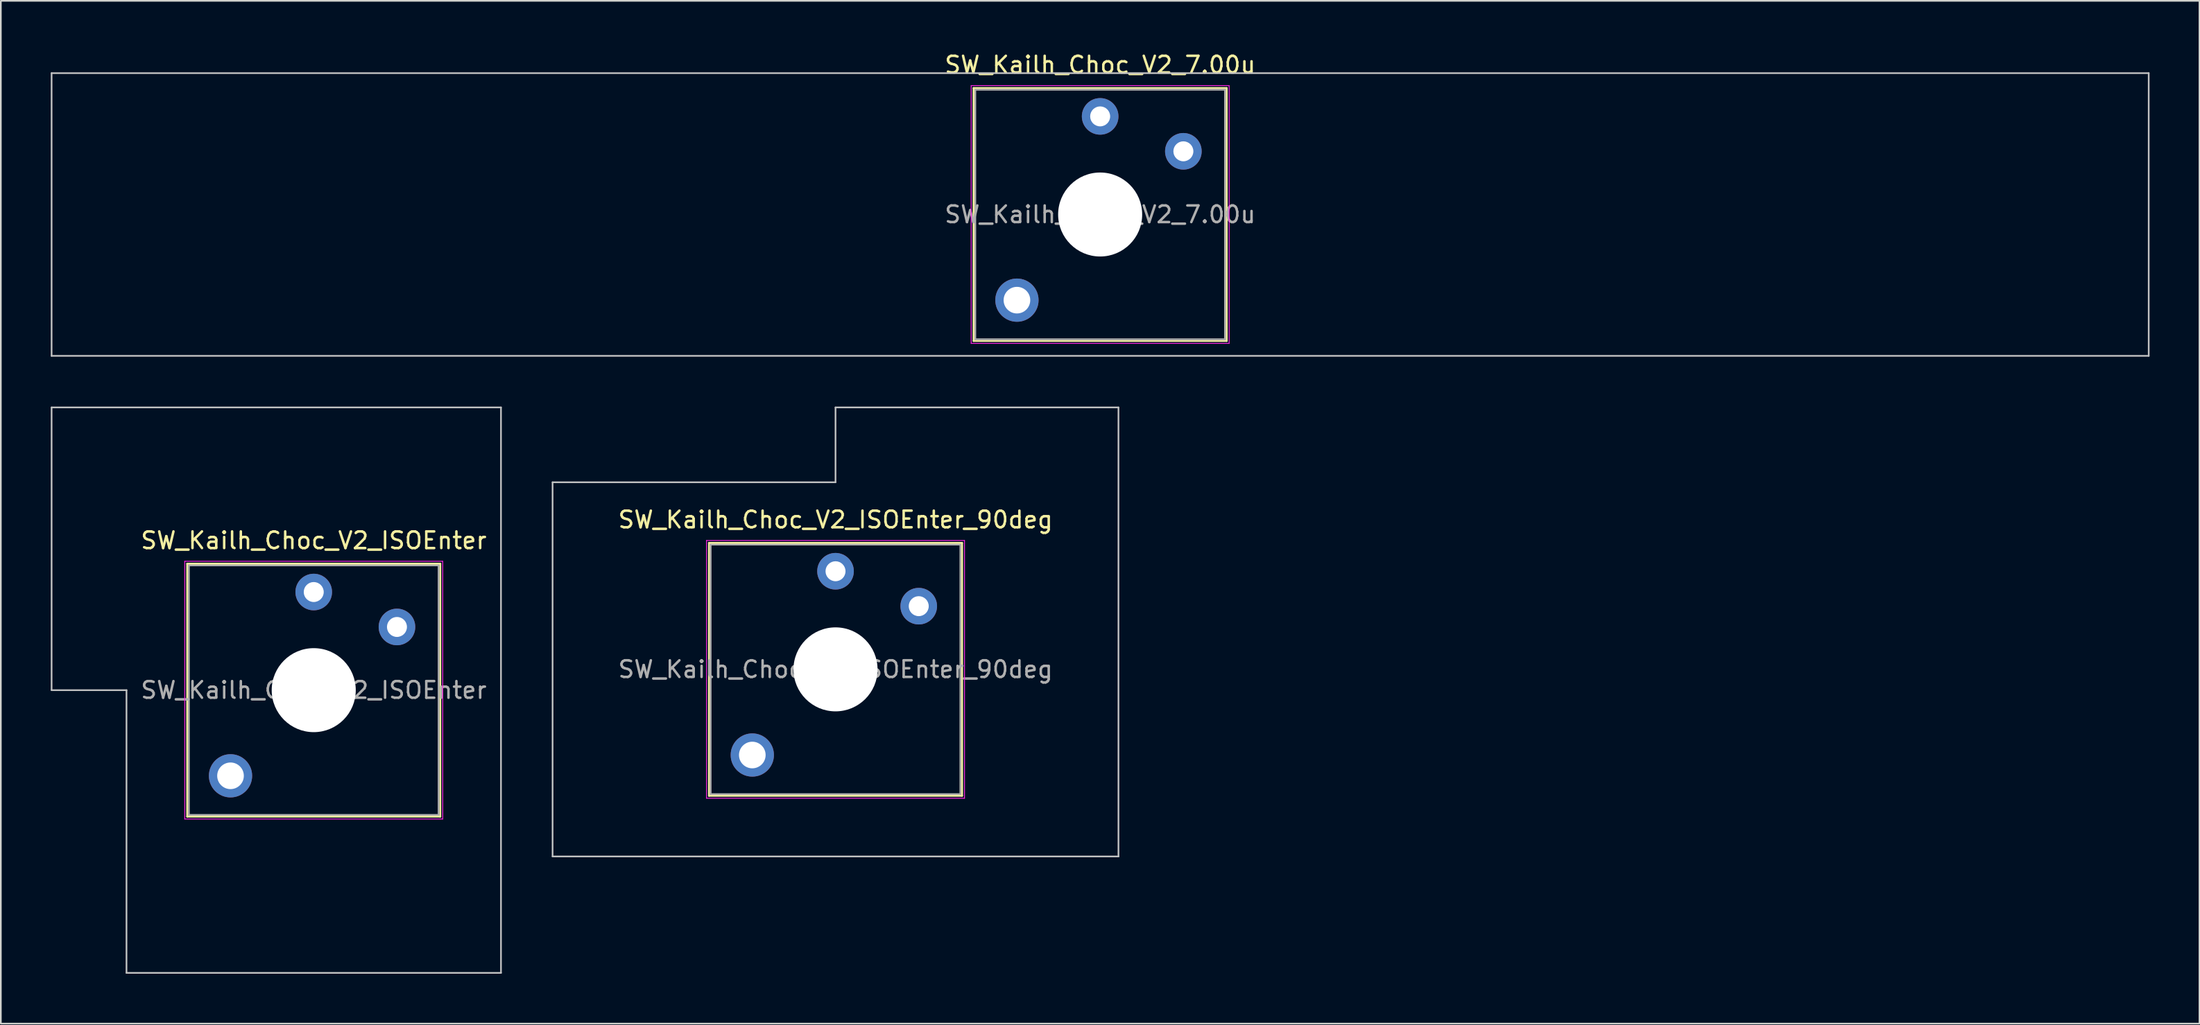
<source format=kicad_pcb>
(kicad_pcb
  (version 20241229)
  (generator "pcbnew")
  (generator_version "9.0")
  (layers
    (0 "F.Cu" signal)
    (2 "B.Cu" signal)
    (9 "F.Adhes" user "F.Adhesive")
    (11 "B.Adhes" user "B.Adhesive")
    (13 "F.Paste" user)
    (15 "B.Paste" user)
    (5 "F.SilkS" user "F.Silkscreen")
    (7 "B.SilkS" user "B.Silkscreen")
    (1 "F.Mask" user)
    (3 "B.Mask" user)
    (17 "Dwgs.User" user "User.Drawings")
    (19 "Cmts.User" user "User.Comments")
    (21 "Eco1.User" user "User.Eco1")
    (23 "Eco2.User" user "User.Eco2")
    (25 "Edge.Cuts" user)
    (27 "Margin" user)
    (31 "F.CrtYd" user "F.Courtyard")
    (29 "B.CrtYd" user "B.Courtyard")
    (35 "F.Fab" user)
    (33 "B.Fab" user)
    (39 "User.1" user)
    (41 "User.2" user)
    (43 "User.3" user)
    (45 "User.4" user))
  (footprint "SW_Kailh_Choc_V2_7.00u"
    (layer "F.Cu")
    (at 63.05 9.848)
    (property "Reference" "SW_Kailh_Choc_V2_7.00u" (at 0 -9 0) (layer "F.SilkS") (effects (font (size 1 1) (thickness 0.15))))
    (attr through_hole)
    (fp_line (start -7.6 -7.6) (end -7.6 7.6) (stroke (width 0.12) (type solid)) (layer "F.SilkS"))
    (fp_line (start -7.6 7.6) (end 7.6 7.6) (stroke (width 0.12) (type solid)) (layer "F.SilkS"))
    (fp_line (start 7.6 -7.6) (end -7.6 -7.6) (stroke (width 0.12) (type solid)) (layer "F.SilkS"))
    (fp_line (start 7.6 7.6) (end 7.6 -7.6) (stroke (width 0.12) (type solid)) (layer "F.SilkS"))
    (fp_line (start -63 -8.5) (end -63 8.5) (stroke (width 0.1) (type solid)) (layer "Dwgs.User"))
    (fp_line (start -63 8.5) (end 63 8.5) (stroke (width 0.1) (type solid)) (layer "Dwgs.User"))
    (fp_line (start 63 -8.5) (end -63 -8.5) (stroke (width 0.1) (type solid)) (layer "Dwgs.User"))
    (fp_line (start 63 8.5) (end 63 -8.5) (stroke (width 0.1) (type solid)) (layer "Dwgs.User"))
    (fp_line (start -7.25 -7.25) (end -7.25 7.25) (stroke (width 0.1) (type solid)) (layer "Eco1.User"))
    (fp_line (start -7.25 7.25) (end 7.25 7.25) (stroke (width 0.1) (type solid)) (layer "Eco1.User"))
    (fp_line (start 7.25 -7.25) (end -7.25 -7.25) (stroke (width 0.1) (type solid)) (layer "Eco1.User"))
    (fp_line (start 7.25 7.25) (end 7.25 -7.25) (stroke (width 0.1) (type solid)) (layer "Eco1.User"))
    (fp_line (start -7.75 -7.75) (end -7.75 7.75) (stroke (width 0.05) (type solid)) (layer "F.CrtYd"))
    (fp_line (start -7.75 7.75) (end 7.75 7.75) (stroke (width 0.05) (type solid)) (layer "F.CrtYd"))
    (fp_line (start 7.75 -7.75) (end -7.75 -7.75) (stroke (width 0.05) (type solid)) (layer "F.CrtYd"))
    (fp_line (start 7.75 7.75) (end 7.75 -7.75) (stroke (width 0.05) (type solid)) (layer "F.CrtYd"))
    (fp_line (start -7.5 -7.5) (end -7.5 7.5) (stroke (width 0.1) (type solid)) (layer "F.Fab"))
    (fp_line (start -7.5 7.5) (end 7.5 7.5) (stroke (width 0.1) (type solid)) (layer "F.Fab"))
    (fp_line (start 7.5 -7.5) (end -7.5 -7.5) (stroke (width 0.1) (type solid)) (layer "F.Fab"))
    (fp_line (start 7.5 7.5) (end 7.5 -7.5) (stroke (width 0.1) (type solid)) (layer "F.Fab"))
    (fp_text user "${REFERENCE}" (at 0 0 0) (layer "F.Fab") (effects (font (size 1 1) (thickness 0.15))))
    (pad "" smd circle (at -5 5.15) (size 1.65 1.65) (layers "F.Mask"))
    (pad "" thru_hole circle (at -5 5.15) (size 2.6 2.6) (drill 1.6) (layers "*.Cu" "B.Mask"))
    (pad "" smd circle (at 0 -5.9) (size 1.25 1.25) (layers "F.Mask"))
    (pad "" np_thru_hole circle (at 0 0) (size 5.05 5.05) (drill 5.05) (layers "*.Cu" "*.Mask"))
    (pad "" smd circle (at 5 -3.8) (size 1.25 1.25) (layers "F.Mask"))
    (pad "1" thru_hole circle (at 0 -5.9) (size 2.2 2.2) (drill 1.2) (layers "*.Cu" "B.Mask"))
    (pad "2" thru_hole circle (at 5 -3.8) (size 2.2 2.2) (drill 1.2) (layers "*.Cu" "B.Mask")))
  (footprint "SW_Kailh_Choc_V2_ISOEnter_90deg"
    (layer "F.Cu")
    (at 47.15 37.198)
    (property "Reference" "SW_Kailh_Choc_V2_ISOEnter_90deg" (at 0 -9 0) (layer "F.SilkS") (effects (font (size 1 1) (thickness 0.15))))
    (attr through_hole)
    (fp_line (start -7.6 -7.6) (end -7.6 7.6) (stroke (width 0.12) (type solid)) (layer "F.SilkS"))
    (fp_line (start -7.6 7.6) (end 7.6 7.6) (stroke (width 0.12) (type solid)) (layer "F.SilkS"))
    (fp_line (start 7.6 -7.6) (end -7.6 -7.6) (stroke (width 0.12) (type solid)) (layer "F.SilkS"))
    (fp_line (start 7.6 7.6) (end 7.6 -7.6) (stroke (width 0.12) (type solid)) (layer "F.SilkS"))
    (fp_line (start -17 -11.25) (end -17 11.25) (stroke (width 0.1) (type solid)) (layer "Dwgs.User"))
    (fp_line (start -17 11.25) (end 17 11.25) (stroke (width 0.1) (type solid)) (layer "Dwgs.User"))
    (fp_line (start 0 -15.75) (end 0 -11.25) (stroke (width 0.1) (type solid)) (layer "Dwgs.User"))
    (fp_line (start 0 -11.25) (end -17 -11.25) (stroke (width 0.1) (type solid)) (layer "Dwgs.User"))
    (fp_line (start 17 -15.75) (end 0 -15.75) (stroke (width 0.1) (type solid)) (layer "Dwgs.User"))
    (fp_line (start 17 11.25) (end 17 -15.75) (stroke (width 0.1) (type solid)) (layer "Dwgs.User"))
    (fp_line (start -7.25 -7.25) (end -7.25 7.25) (stroke (width 0.1) (type solid)) (layer "Eco1.User"))
    (fp_line (start -7.25 7.25) (end 7.25 7.25) (stroke (width 0.1) (type solid)) (layer "Eco1.User"))
    (fp_line (start 7.25 -7.25) (end -7.25 -7.25) (stroke (width 0.1) (type solid)) (layer "Eco1.User"))
    (fp_line (start 7.25 7.25) (end 7.25 -7.25) (stroke (width 0.1) (type solid)) (layer "Eco1.User"))
    (fp_line (start -7.75 -7.75) (end -7.75 7.75) (stroke (width 0.05) (type solid)) (layer "F.CrtYd"))
    (fp_line (start -7.75 7.75) (end 7.75 7.75) (stroke (width 0.05) (type solid)) (layer "F.CrtYd"))
    (fp_line (start 7.75 -7.75) (end -7.75 -7.75) (stroke (width 0.05) (type solid)) (layer "F.CrtYd"))
    (fp_line (start 7.75 7.75) (end 7.75 -7.75) (stroke (width 0.05) (type solid)) (layer "F.CrtYd"))
    (fp_line (start -7.5 -7.5) (end -7.5 7.5) (stroke (width 0.1) (type solid)) (layer "F.Fab"))
    (fp_line (start -7.5 7.5) (end 7.5 7.5) (stroke (width 0.1) (type solid)) (layer "F.Fab"))
    (fp_line (start 7.5 -7.5) (end -7.5 -7.5) (stroke (width 0.1) (type solid)) (layer "F.Fab"))
    (fp_line (start 7.5 7.5) (end 7.5 -7.5) (stroke (width 0.1) (type solid)) (layer "F.Fab"))
    (fp_text user "${REFERENCE}" (at 0 0 0) (layer "F.Fab") (effects (font (size 1 1) (thickness 0.15))))
    (pad "" smd circle (at -5 5.15) (size 1.65 1.65) (layers "F.Mask"))
    (pad "" thru_hole circle (at -5 5.15) (size 2.6 2.6) (drill 1.6) (layers "*.Cu" "B.Mask"))
    (pad "" smd circle (at 0 -5.9) (size 1.25 1.25) (layers "F.Mask"))
    (pad "" np_thru_hole circle (at 0 0) (size 5.05 5.05) (drill 5.05) (layers "*.Cu" "*.Mask"))
    (pad "" smd circle (at 5 -3.8) (size 1.25 1.25) (layers "F.Mask"))
    (pad "1" thru_hole circle (at 0 -5.9) (size 2.2 2.2) (drill 1.2) (layers "*.Cu" "B.Mask"))
    (pad "2" thru_hole circle (at 5 -3.8) (size 2.2 2.2) (drill 1.2) (layers "*.Cu" "B.Mask")))
  (footprint "SW_Kailh_Choc_V2_ISOEnter"
    (layer "F.Cu")
    (at 15.8 38.448)
    (property "Reference" "SW_Kailh_Choc_V2_ISOEnter" (at 0 -9 0) (layer "F.SilkS") (effects (font (size 1 1) (thickness 0.15))))
    (attr through_hole)
    (fp_line (start -7.6 -7.6) (end -7.6 7.6) (stroke (width 0.12) (type solid)) (layer "F.SilkS"))
    (fp_line (start -7.6 7.6) (end 7.6 7.6) (stroke (width 0.12) (type solid)) (layer "F.SilkS"))
    (fp_line (start 7.6 -7.6) (end -7.6 -7.6) (stroke (width 0.12) (type solid)) (layer "F.SilkS"))
    (fp_line (start 7.6 7.6) (end 7.6 -7.6) (stroke (width 0.12) (type solid)) (layer "F.SilkS"))
    (fp_line (start -15.75 -17) (end -15.75 0) (stroke (width 0.1) (type solid)) (layer "Dwgs.User"))
    (fp_line (start -15.75 0) (end -11.25 0) (stroke (width 0.1) (type solid)) (layer "Dwgs.User"))
    (fp_line (start -11.25 0) (end -11.25 17) (stroke (width 0.1) (type solid)) (layer "Dwgs.User"))
    (fp_line (start -11.25 17) (end 11.25 17) (stroke (width 0.1) (type solid)) (layer "Dwgs.User"))
    (fp_line (start 11.25 -17) (end -15.75 -17) (stroke (width 0.1) (type solid)) (layer "Dwgs.User"))
    (fp_line (start 11.25 17) (end 11.25 -17) (stroke (width 0.1) (type solid)) (layer "Dwgs.User"))
    (fp_line (start -7.25 -7.25) (end -7.25 7.25) (stroke (width 0.1) (type solid)) (layer "Eco1.User"))
    (fp_line (start -7.25 7.25) (end 7.25 7.25) (stroke (width 0.1) (type solid)) (layer "Eco1.User"))
    (fp_line (start 7.25 -7.25) (end -7.25 -7.25) (stroke (width 0.1) (type solid)) (layer "Eco1.User"))
    (fp_line (start 7.25 7.25) (end 7.25 -7.25) (stroke (width 0.1) (type solid)) (layer "Eco1.User"))
    (fp_line (start -7.75 -7.75) (end -7.75 7.75) (stroke (width 0.05) (type solid)) (layer "F.CrtYd"))
    (fp_line (start -7.75 7.75) (end 7.75 7.75) (stroke (width 0.05) (type solid)) (layer "F.CrtYd"))
    (fp_line (start 7.75 -7.75) (end -7.75 -7.75) (stroke (width 0.05) (type solid)) (layer "F.CrtYd"))
    (fp_line (start 7.75 7.75) (end 7.75 -7.75) (stroke (width 0.05) (type solid)) (layer "F.CrtYd"))
    (fp_line (start -7.5 -7.5) (end -7.5 7.5) (stroke (width 0.1) (type solid)) (layer "F.Fab"))
    (fp_line (start -7.5 7.5) (end 7.5 7.5) (stroke (width 0.1) (type solid)) (layer "F.Fab"))
    (fp_line (start 7.5 -7.5) (end -7.5 -7.5) (stroke (width 0.1) (type solid)) (layer "F.Fab"))
    (fp_line (start 7.5 7.5) (end 7.5 -7.5) (stroke (width 0.1) (type solid)) (layer "F.Fab"))
    (fp_text user "${REFERENCE}" (at 0 0 0) (layer "F.Fab") (effects (font (size 1 1) (thickness 0.15))))
    (pad "" smd circle (at -5 5.15) (size 1.65 1.65) (layers "F.Mask"))
    (pad "" thru_hole circle (at -5 5.15) (size 2.6 2.6) (drill 1.6) (layers "*.Cu" "B.Mask"))
    (pad "" smd circle (at 0 -5.9) (size 1.25 1.25) (layers "F.Mask"))
    (pad "" np_thru_hole circle (at 0 0) (size 5.05 5.05) (drill 5.05) (layers "*.Cu" "*.Mask"))
    (pad "" smd circle (at 5 -3.8) (size 1.25 1.25) (layers "F.Mask"))
    (pad "1" thru_hole circle (at 0 -5.9) (size 2.2 2.2) (drill 1.2) (layers "*.Cu" "B.Mask"))
    (pad "2" thru_hole circle (at 5 -3.8) (size 2.2 2.2) (drill 1.2) (layers "*.Cu" "B.Mask")))
  (gr_rect
    (start -3 -3)
    (end 129.1 58.498)
    (stroke (width 0.1) (type default))
    (fill no)
    (layer "Edge.Cuts")))
</source>
